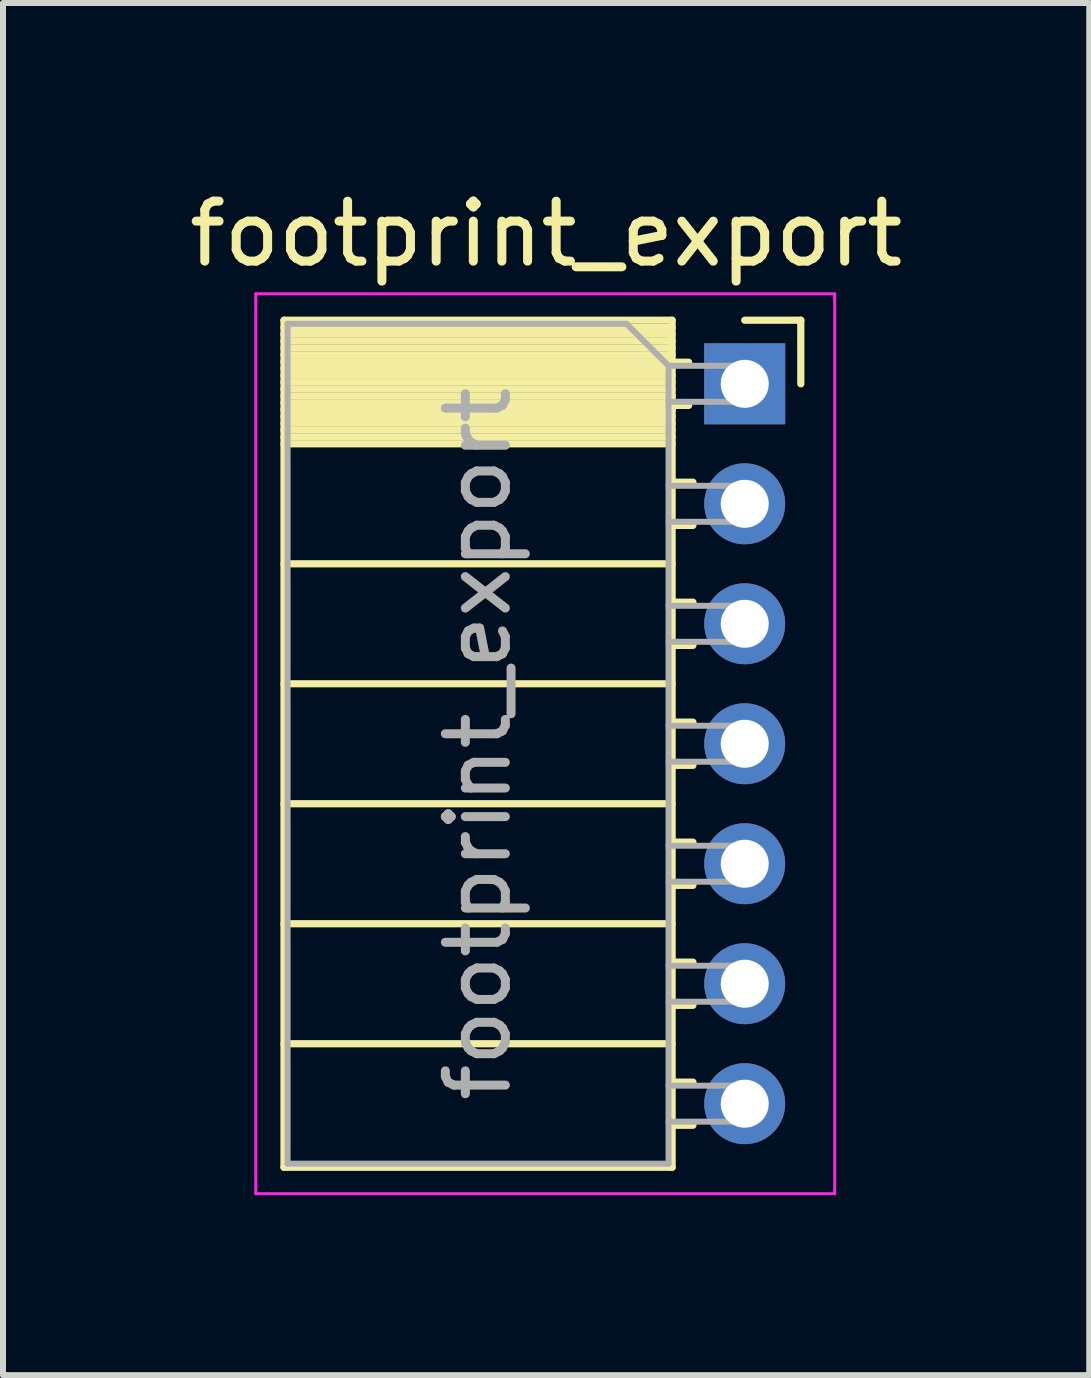
<source format=kicad_pcb>
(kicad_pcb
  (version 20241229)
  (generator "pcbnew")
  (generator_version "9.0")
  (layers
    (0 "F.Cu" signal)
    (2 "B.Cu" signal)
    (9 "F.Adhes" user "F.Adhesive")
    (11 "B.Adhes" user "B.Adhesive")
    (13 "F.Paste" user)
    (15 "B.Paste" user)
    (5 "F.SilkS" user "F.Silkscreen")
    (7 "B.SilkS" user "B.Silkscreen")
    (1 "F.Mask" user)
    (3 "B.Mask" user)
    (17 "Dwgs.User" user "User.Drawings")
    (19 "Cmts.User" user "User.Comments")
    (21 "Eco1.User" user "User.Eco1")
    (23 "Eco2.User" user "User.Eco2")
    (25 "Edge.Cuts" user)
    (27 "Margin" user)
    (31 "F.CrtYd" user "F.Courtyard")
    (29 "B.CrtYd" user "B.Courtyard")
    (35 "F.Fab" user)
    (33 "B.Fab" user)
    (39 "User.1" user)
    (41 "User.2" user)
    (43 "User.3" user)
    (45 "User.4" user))
  (footprint "footprint_export"
    (layer "F.Cu")
    (at 9.364 3.348)
    (property "Reference" "footprint_export" (at -3.31 -2.5 0) (layer "F.SilkS") (effects (font (size 1 1) (thickness 0.15))))
    (attr through_hole)
    (fp_line (start -7.68 -1.06) (end -7.68 13.06) (stroke (width 0.12) (type solid)) (layer "F.SilkS"))
    (fp_line (start -7.68 -1.06) (end -1.21 -1.06) (stroke (width 0.12) (type solid)) (layer "F.SilkS"))
    (fp_line (start -7.68 -0.94) (end -1.21 -0.94) (stroke (width 0.12) (type solid)) (layer "F.SilkS"))
    (fp_line (start -7.68 -0.826) (end -1.21 -0.826) (stroke (width 0.12) (type solid)) (layer "F.SilkS"))
    (fp_line (start -7.68 -0.712) (end -1.21 -0.712) (stroke (width 0.12) (type solid)) (layer "F.SilkS"))
    (fp_line (start -7.68 -0.598) (end -1.21 -0.598) (stroke (width 0.12) (type solid)) (layer "F.SilkS"))
    (fp_line (start -7.68 -0.484) (end -1.21 -0.484) (stroke (width 0.12) (type solid)) (layer "F.SilkS"))
    (fp_line (start -7.68 -0.369) (end -1.21 -0.369) (stroke (width 0.12) (type solid)) (layer "F.SilkS"))
    (fp_line (start -7.68 -0.255) (end -1.21 -0.255) (stroke (width 0.12) (type solid)) (layer "F.SilkS"))
    (fp_line (start -7.68 -0.141) (end -1.21 -0.141) (stroke (width 0.12) (type solid)) (layer "F.SilkS"))
    (fp_line (start -7.68 -0.027) (end -1.21 -0.027) (stroke (width 0.12) (type solid)) (layer "F.SilkS"))
    (fp_line (start -7.68 0.087) (end -1.21 0.087) (stroke (width 0.12) (type solid)) (layer "F.SilkS"))
    (fp_line (start -7.68 0.201) (end -1.21 0.201) (stroke (width 0.12) (type solid)) (layer "F.SilkS"))
    (fp_line (start -7.68 0.315) (end -1.21 0.315) (stroke (width 0.12) (type solid)) (layer "F.SilkS"))
    (fp_line (start -7.68 0.429) (end -1.21 0.429) (stroke (width 0.12) (type solid)) (layer "F.SilkS"))
    (fp_line (start -7.68 0.544) (end -1.21 0.544) (stroke (width 0.12) (type solid)) (layer "F.SilkS"))
    (fp_line (start -7.68 0.658) (end -1.21 0.658) (stroke (width 0.12) (type solid)) (layer "F.SilkS"))
    (fp_line (start -7.68 0.772) (end -1.21 0.772) (stroke (width 0.12) (type solid)) (layer "F.SilkS"))
    (fp_line (start -7.68 0.886) (end -1.21 0.886) (stroke (width 0.12) (type solid)) (layer "F.SilkS"))
    (fp_line (start -7.68 1) (end -1.21 1) (stroke (width 0.12) (type solid)) (layer "F.SilkS"))
    (fp_line (start -7.68 3) (end -1.21 3) (stroke (width 0.12) (type solid)) (layer "F.SilkS"))
    (fp_line (start -7.68 5) (end -1.21 5) (stroke (width 0.12) (type solid)) (layer "F.SilkS"))
    (fp_line (start -7.68 7) (end -1.21 7) (stroke (width 0.12) (type solid)) (layer "F.SilkS"))
    (fp_line (start -7.68 9) (end -1.21 9) (stroke (width 0.12) (type solid)) (layer "F.SilkS"))
    (fp_line (start -7.68 11) (end -1.21 11) (stroke (width 0.12) (type solid)) (layer "F.SilkS"))
    (fp_line (start -7.68 13.06) (end -1.21 13.06) (stroke (width 0.12) (type solid)) (layer "F.SilkS"))
    (fp_line (start -1.21 -1.06) (end -1.21 13.06) (stroke (width 0.12) (type solid)) (layer "F.SilkS"))
    (fp_line (start -1.21 -0.36) (end -0.935 -0.36) (stroke (width 0.12) (type solid)) (layer "F.SilkS"))
    (fp_line (start -1.21 0.36) (end -0.935 0.36) (stroke (width 0.12) (type solid)) (layer "F.SilkS"))
    (fp_line (start -1.21 1.64) (end -0.863 1.64) (stroke (width 0.12) (type solid)) (layer "F.SilkS"))
    (fp_line (start -1.21 2.36) (end -0.863 2.36) (stroke (width 0.12) (type solid)) (layer "F.SilkS"))
    (fp_line (start -1.21 3.64) (end -0.863 3.64) (stroke (width 0.12) (type solid)) (layer "F.SilkS"))
    (fp_line (start -1.21 4.36) (end -0.863 4.36) (stroke (width 0.12) (type solid)) (layer "F.SilkS"))
    (fp_line (start -1.21 5.64) (end -0.863 5.64) (stroke (width 0.12) (type solid)) (layer "F.SilkS"))
    (fp_line (start -1.21 6.36) (end -0.863 6.36) (stroke (width 0.12) (type solid)) (layer "F.SilkS"))
    (fp_line (start -1.21 7.64) (end -0.863 7.64) (stroke (width 0.12) (type solid)) (layer "F.SilkS"))
    (fp_line (start -1.21 8.36) (end -0.863 8.36) (stroke (width 0.12) (type solid)) (layer "F.SilkS"))
    (fp_line (start -1.21 9.64) (end -0.863 9.64) (stroke (width 0.12) (type solid)) (layer "F.SilkS"))
    (fp_line (start -1.21 10.36) (end -0.863 10.36) (stroke (width 0.12) (type solid)) (layer "F.SilkS"))
    (fp_line (start -1.21 11.64) (end -0.863 11.64) (stroke (width 0.12) (type solid)) (layer "F.SilkS"))
    (fp_line (start -1.21 12.36) (end -0.863 12.36) (stroke (width 0.12) (type solid)) (layer "F.SilkS"))
    (fp_line (start 0 -1.06) (end 0.935 -1.06) (stroke (width 0.12) (type solid)) (layer "F.SilkS"))
    (fp_line (start 0.935 -1.06) (end 0.935 0) (stroke (width 0.12) (type solid)) (layer "F.SilkS"))
    (fp_line (start -8.15 -1.5) (end -8.15 13.5) (stroke (width 0.05) (type solid)) (layer "F.CrtYd"))
    (fp_line (start -8.15 13.5) (end 1.5 13.5) (stroke (width 0.05) (type solid)) (layer "F.CrtYd"))
    (fp_line (start 1.5 -1.5) (end -8.15 -1.5) (stroke (width 0.05) (type solid)) (layer "F.CrtYd"))
    (fp_line (start 1.5 13.5) (end 1.5 -1.5) (stroke (width 0.05) (type solid)) (layer "F.CrtYd"))
    (fp_line (start -7.62 -1) (end -1.97 -1) (stroke (width 0.1) (type solid)) (layer "F.Fab"))
    (fp_line (start -7.62 13) (end -7.62 -1) (stroke (width 0.1) (type solid)) (layer "F.Fab"))
    (fp_line (start -1.97 -1) (end -1.27 -0.3) (stroke (width 0.1) (type solid)) (layer "F.Fab"))
    (fp_line (start -1.27 -0.3) (end -1.27 13) (stroke (width 0.1) (type solid)) (layer "F.Fab"))
    (fp_line (start -1.27 0.3) (end 0 0.3) (stroke (width 0.1) (type solid)) (layer "F.Fab"))
    (fp_line (start -1.27 2.3) (end 0 2.3) (stroke (width 0.1) (type solid)) (layer "F.Fab"))
    (fp_line (start -1.27 4.3) (end 0 4.3) (stroke (width 0.1) (type solid)) (layer "F.Fab"))
    (fp_line (start -1.27 6.3) (end 0 6.3) (stroke (width 0.1) (type solid)) (layer "F.Fab"))
    (fp_line (start -1.27 8.3) (end 0 8.3) (stroke (width 0.1) (type solid)) (layer "F.Fab"))
    (fp_line (start -1.27 10.3) (end 0 10.3) (stroke (width 0.1) (type solid)) (layer "F.Fab"))
    (fp_line (start -1.27 12.3) (end 0 12.3) (stroke (width 0.1) (type solid)) (layer "F.Fab"))
    (fp_line (start -1.27 13) (end -7.62 13) (stroke (width 0.1) (type solid)) (layer "F.Fab"))
    (fp_line (start 0 -0.3) (end -1.27 -0.3) (stroke (width 0.1) (type solid)) (layer "F.Fab"))
    (fp_line (start 0 0.3) (end 0 -0.3) (stroke (width 0.1) (type solid)) (layer "F.Fab"))
    (fp_line (start 0 1.7) (end -1.27 1.7) (stroke (width 0.1) (type solid)) (layer "F.Fab"))
    (fp_line (start 0 2.3) (end 0 1.7) (stroke (width 0.1) (type solid)) (layer "F.Fab"))
    (fp_line (start 0 3.7) (end -1.27 3.7) (stroke (width 0.1) (type solid)) (layer "F.Fab"))
    (fp_line (start 0 4.3) (end 0 3.7) (stroke (width 0.1) (type solid)) (layer "F.Fab"))
    (fp_line (start 0 5.7) (end -1.27 5.7) (stroke (width 0.1) (type solid)) (layer "F.Fab"))
    (fp_line (start 0 6.3) (end 0 5.7) (stroke (width 0.1) (type solid)) (layer "F.Fab"))
    (fp_line (start 0 7.7) (end -1.27 7.7) (stroke (width 0.1) (type solid)) (layer "F.Fab"))
    (fp_line (start 0 8.3) (end 0 7.7) (stroke (width 0.1) (type solid)) (layer "F.Fab"))
    (fp_line (start 0 9.7) (end -1.27 9.7) (stroke (width 0.1) (type solid)) (layer "F.Fab"))
    (fp_line (start 0 10.3) (end 0 9.7) (stroke (width 0.1) (type solid)) (layer "F.Fab"))
    (fp_line (start 0 11.7) (end -1.27 11.7) (stroke (width 0.1) (type solid)) (layer "F.Fab"))
    (fp_line (start 0 12.3) (end 0 11.7) (stroke (width 0.1) (type solid)) (layer "F.Fab"))
    (fp_text user "${REFERENCE}" (at -4.445 6 90) (layer "F.Fab") (effects (font (size 1 1) (thickness 0.15))))
    (pad "1" thru_hole rect (at 0 0) (size 1.35 1.35) (drill 0.8) (layers "*.Cu" "*.Mask"))
    (pad "2" thru_hole oval (at 0 2) (size 1.35 1.35) (drill 0.8) (layers "*.Cu" "*.Mask"))
    (pad "3" thru_hole oval (at 0 4) (size 1.35 1.35) (drill 0.8) (layers "*.Cu" "*.Mask"))
    (pad "4" thru_hole oval (at 0 6) (size 1.35 1.35) (drill 0.8) (layers "*.Cu" "*.Mask"))
    (pad "5" thru_hole oval (at 0 8) (size 1.35 1.35) (drill 0.8) (layers "*.Cu" "*.Mask"))
    (pad "6" thru_hole oval (at 0 10) (size 1.35 1.35) (drill 0.8) (layers "*.Cu" "*.Mask"))
    (pad "7" thru_hole oval (at 0 12) (size 1.35 1.35) (drill 0.8) (layers "*.Cu" "*.Mask")))
  (gr_rect
    (start -3 -3)
    (end 15.107 19.873)
    (stroke (width 0.1) (type default))
    (fill no)
    (layer "Edge.Cuts")))
</source>
